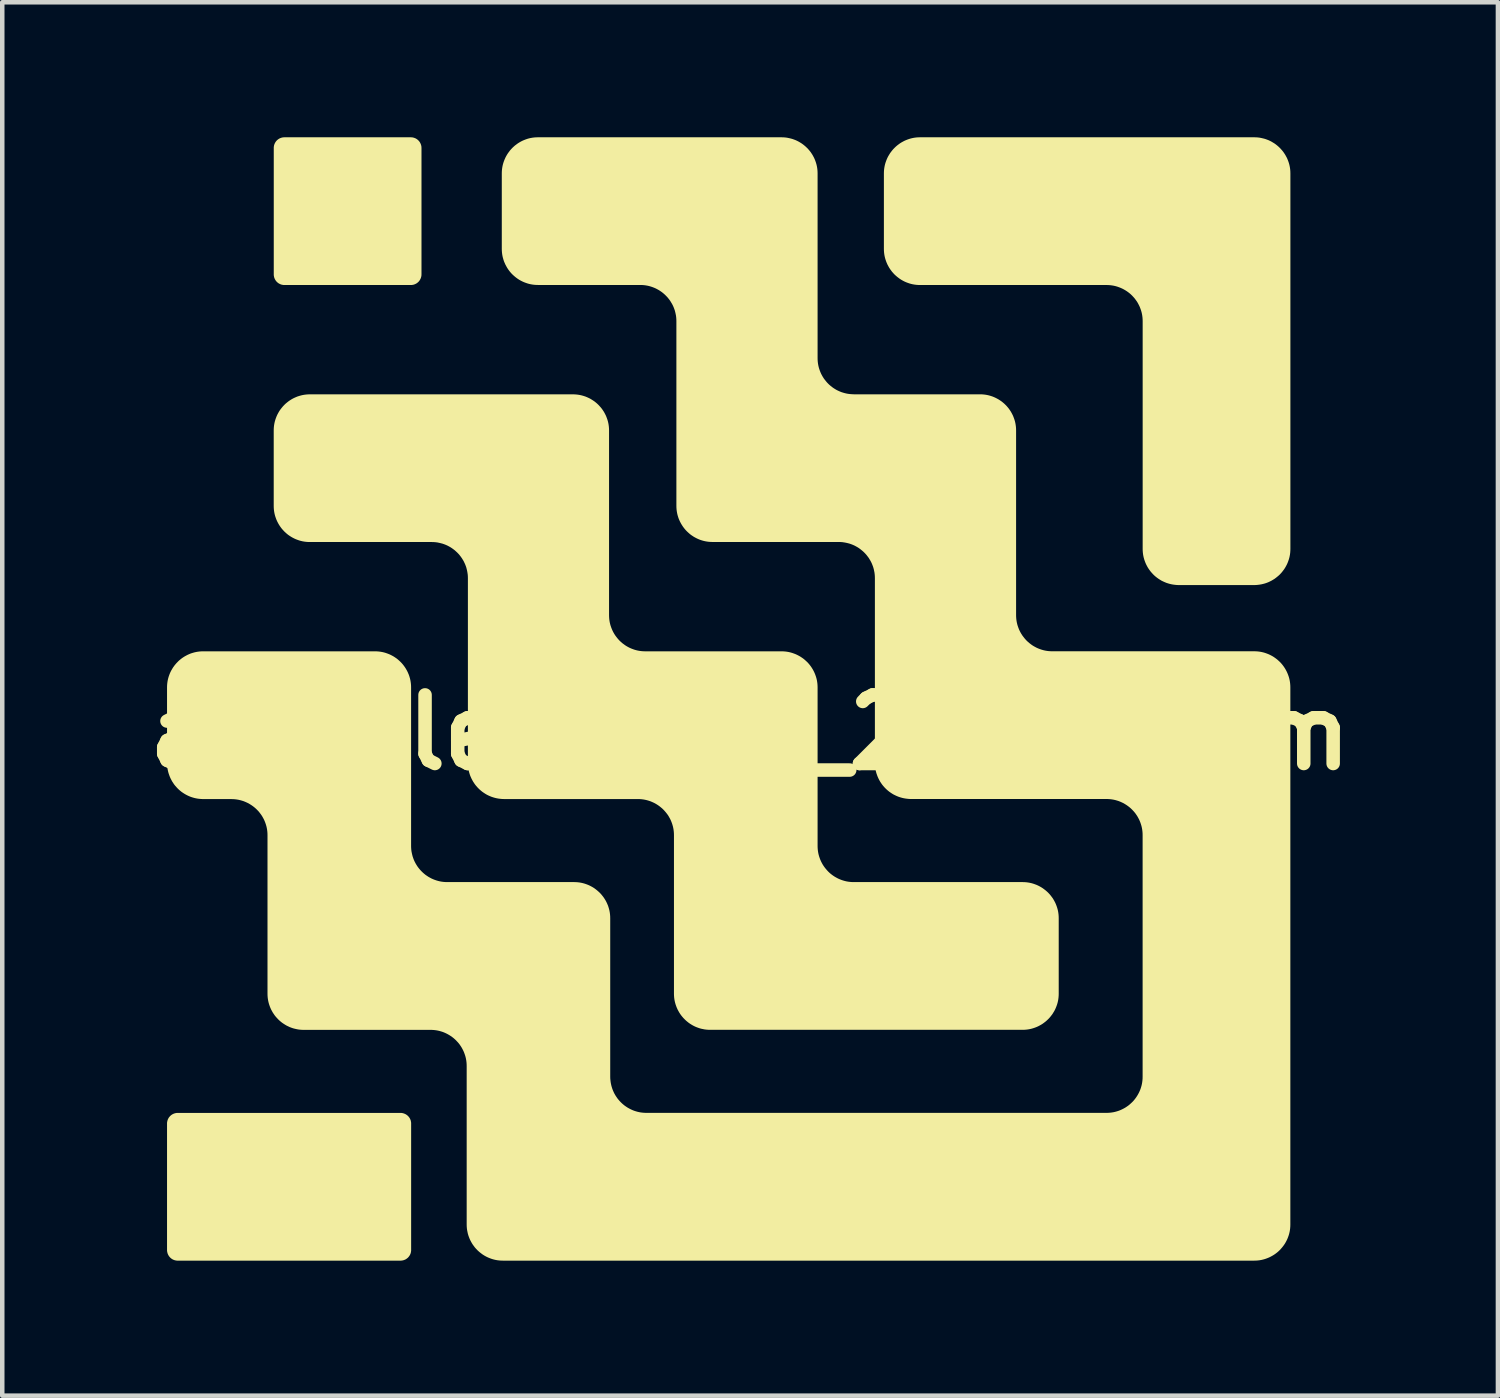
<source format=kicad_pcb>
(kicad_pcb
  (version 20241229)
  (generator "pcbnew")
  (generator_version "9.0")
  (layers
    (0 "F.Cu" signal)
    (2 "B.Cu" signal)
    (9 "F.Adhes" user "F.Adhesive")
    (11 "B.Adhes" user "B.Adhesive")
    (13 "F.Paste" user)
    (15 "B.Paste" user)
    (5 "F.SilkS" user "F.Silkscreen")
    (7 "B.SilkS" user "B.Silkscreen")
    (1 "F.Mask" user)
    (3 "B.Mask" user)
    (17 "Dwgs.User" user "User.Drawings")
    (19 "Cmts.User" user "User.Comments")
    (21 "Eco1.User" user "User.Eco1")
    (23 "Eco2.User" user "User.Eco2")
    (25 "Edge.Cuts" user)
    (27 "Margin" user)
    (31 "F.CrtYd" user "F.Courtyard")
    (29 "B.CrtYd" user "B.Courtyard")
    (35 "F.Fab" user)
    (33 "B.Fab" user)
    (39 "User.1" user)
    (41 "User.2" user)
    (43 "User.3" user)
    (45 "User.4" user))
  (footprint "atopile_Logo_25x25mm"
    (layer "F.Cu")
    (at 13.614 13.223)
    (property "Reference" "atopile_Logo_25x25mm" (at 0 0 0) (layer "F.SilkS") (effects (font (size 1.524 1.524) (thickness 0.3))))
    (attr board_only exclude_from_pos_files exclude_from_bom)
    (fp_poly (pts (xy -7.754 8.453) (xy -7.742 8.453) (xy -7.73 8.455) (xy -7.718 8.457) (xy -7.707 8.46) (xy -7.696 8.463) (xy -7.685 8.467) (xy -7.674 8.471) (xy -7.664 8.476) (xy -7.653 8.481) (xy -7.644 8.486) (xy -7.634 8.493) (xy -7.625 8.499) (xy -7.616 8.506) (xy -7.607 8.514) (xy -7.599 8.521) (xy -7.591 8.53) (xy -7.584 8.538) (xy -7.577 8.547) (xy -7.57 8.556) (xy -7.564 8.566) (xy -7.558 8.576) (xy -7.553 8.586) (xy -7.548 8.597) (xy -7.544 8.607) (xy -7.54 8.618) (xy -7.537 8.629) (xy -7.535 8.641) (xy -7.533 8.652) (xy -7.531 8.664) (xy -7.53 8.676) (xy -7.53 8.688) (xy -7.53 11.498) (xy -7.53 11.51) (xy -7.531 11.522) (xy -7.533 11.534) (xy -7.535 11.545) (xy -7.537 11.557) (xy -7.54 11.568) (xy -7.544 11.579) (xy -7.548 11.59) (xy -7.553 11.6) (xy -7.558 11.61) (xy -7.564 11.62) (xy -7.57 11.63) (xy -7.577 11.639) (xy -7.584 11.648) (xy -7.591 11.657) (xy -7.599 11.665) (xy -7.607 11.673) (xy -7.616 11.68) (xy -7.625 11.687) (xy -7.634 11.694) (xy -7.644 11.7) (xy -7.653 11.706) (xy -7.664 11.711) (xy -7.674 11.715) (xy -7.685 11.72) (xy -7.696 11.723) (xy -7.707 11.727) (xy -7.718 11.729) (xy -7.73 11.731) (xy -7.742 11.733) (xy -7.754 11.734) (xy -7.766 11.734) (xy -12.717 11.734) (xy -12.729 11.734) (xy -12.741 11.733) (xy -12.753 11.731) (xy -12.764 11.729) (xy -12.776 11.727) (xy -12.787 11.723) (xy -12.798 11.72) (xy -12.809 11.715) (xy -12.819 11.711) (xy -12.829 11.706) (xy -12.839 11.7) (xy -12.849 11.694) (xy -12.858 11.687) (xy -12.867 11.68) (xy -12.875 11.673) (xy -12.884 11.665) (xy -12.891 11.657) (xy -12.899 11.648) (xy -12.906 11.639) (xy -12.913 11.63) (xy -12.919 11.62) (xy -12.924 11.61) (xy -12.93 11.6) (xy -12.934 11.59) (xy -12.939 11.579) (xy -12.942 11.568) (xy -12.945 11.557) (xy -12.948 11.545) (xy -12.95 11.534) (xy -12.952 11.522) (xy -12.953 11.51) (xy -12.953 11.498) (xy -12.953 8.688) (xy -12.953 8.676) (xy -12.952 8.664) (xy -12.95 8.652) (xy -12.948 8.641) (xy -12.945 8.629) (xy -12.942 8.618) (xy -12.939 8.607) (xy -12.934 8.597) (xy -12.93 8.586) (xy -12.924 8.576) (xy -12.919 8.566) (xy -12.913 8.556) (xy -12.906 8.547) (xy -12.899 8.538) (xy -12.891 8.53) (xy -12.884 8.521) (xy -12.875 8.514) (xy -12.867 8.506) (xy -12.858 8.499) (xy -12.849 8.493) (xy -12.839 8.486) (xy -12.829 8.481) (xy -12.819 8.476) (xy -12.809 8.471) (xy -12.798 8.467) (xy -12.787 8.463) (xy -12.776 8.46) (xy -12.764 8.457) (xy -12.753 8.455) (xy -12.741 8.453) (xy -12.729 8.453) (xy -12.717 8.452) (xy -7.766 8.452)) (stroke (width 0) (type solid)) (fill yes) (layer "F.SilkS"))
    (fp_poly (pts (xy -7.524 -13.222) (xy -7.512 -13.222) (xy -7.5 -13.22) (xy -7.489 -13.218) (xy -7.477 -13.215) (xy -7.466 -13.212) (xy -7.455 -13.208) (xy -7.445 -13.204) (xy -7.434 -13.2) (xy -7.424 -13.194) (xy -7.414 -13.189) (xy -7.404 -13.182) (xy -7.395 -13.176) (xy -7.386 -13.169) (xy -7.378 -13.161) (xy -7.369 -13.154) (xy -7.362 -13.145) (xy -7.354 -13.137) (xy -7.347 -13.128) (xy -7.341 -13.119) (xy -7.334 -13.109) (xy -7.329 -13.099) (xy -7.324 -13.089) (xy -7.319 -13.079) (xy -7.315 -13.068) (xy -7.311 -13.057) (xy -7.308 -13.046) (xy -7.305 -13.034) (xy -7.303 -13.023) (xy -7.301 -13.011) (xy -7.301 -12.999) (xy -7.3 -12.987) (xy -7.3 -10.177) (xy -7.301 -10.165) (xy -7.301 -10.153) (xy -7.303 -10.141) (xy -7.305 -10.13) (xy -7.308 -10.118) (xy -7.311 -10.107) (xy -7.315 -10.096) (xy -7.319 -10.085) (xy -7.324 -10.075) (xy -7.329 -10.065) (xy -7.334 -10.055) (xy -7.341 -10.045) (xy -7.347 -10.036) (xy -7.354 -10.027) (xy -7.362 -10.018) (xy -7.369 -10.01) (xy -7.378 -10.002) (xy -7.386 -9.995) (xy -7.395 -9.988) (xy -7.404 -9.981) (xy -7.414 -9.975) (xy -7.424 -9.97) (xy -7.434 -9.964) (xy -7.445 -9.96) (xy -7.455 -9.955) (xy -7.466 -9.952) (xy -7.477 -9.948) (xy -7.489 -9.946) (xy -7.5 -9.944) (xy -7.512 -9.942) (xy -7.524 -9.941) (xy -7.536 -9.941) (xy -10.346 -9.941) (xy -10.358 -9.941) (xy -10.37 -9.942) (xy -10.382 -9.944) (xy -10.393 -9.946) (xy -10.405 -9.948) (xy -10.416 -9.952) (xy -10.427 -9.955) (xy -10.438 -9.96) (xy -10.448 -9.964) (xy -10.458 -9.97) (xy -10.468 -9.975) (xy -10.478 -9.981) (xy -10.487 -9.988) (xy -10.496 -9.995) (xy -10.505 -10.002) (xy -10.513 -10.01) (xy -10.521 -10.018) (xy -10.528 -10.027) (xy -10.535 -10.036) (xy -10.542 -10.045) (xy -10.548 -10.055) (xy -10.553 -10.065) (xy -10.559 -10.075) (xy -10.563 -10.085) (xy -10.568 -10.096) (xy -10.571 -10.107) (xy -10.575 -10.118) (xy -10.577 -10.13) (xy -10.579 -10.141) (xy -10.581 -10.153) (xy -10.582 -10.165) (xy -10.582 -10.177) (xy -10.582 -12.987) (xy -10.582 -12.999) (xy -10.581 -13.011) (xy -10.579 -13.023) (xy -10.577 -13.034) (xy -10.575 -13.046) (xy -10.571 -13.057) (xy -10.568 -13.068) (xy -10.563 -13.079) (xy -10.559 -13.089) (xy -10.553 -13.099) (xy -10.548 -13.109) (xy -10.542 -13.119) (xy -10.535 -13.128) (xy -10.528 -13.137) (xy -10.521 -13.145) (xy -10.513 -13.154) (xy -10.505 -13.161) (xy -10.496 -13.169) (xy -10.487 -13.176) (xy -10.478 -13.182) (xy -10.468 -13.189) (xy -10.458 -13.194) (xy -10.448 -13.2) (xy -10.438 -13.204) (xy -10.427 -13.208) (xy -10.416 -13.212) (xy -10.405 -13.215) (xy -10.393 -13.218) (xy -10.382 -13.22) (xy -10.37 -13.222) (xy -10.358 -13.222) (xy -10.346 -13.223) (xy -7.536 -13.223)) (stroke (width 0) (type solid)) (fill yes) (layer "F.SilkS"))
    (fp_poly (pts (xy 11.242 -13.222) (xy 11.283 -13.219) (xy 11.323 -13.214) (xy 11.363 -13.206) (xy 11.402 -13.197) (xy 11.44 -13.187) (xy 11.477 -13.174) (xy 11.514 -13.16) (xy 11.549 -13.144) (xy 11.584 -13.126) (xy 11.617 -13.106) (xy 11.65 -13.086) (xy 11.682 -13.063) (xy 11.712 -13.039) (xy 11.741 -13.014) (xy 11.769 -12.987) (xy 11.795 -12.959) (xy 11.821 -12.93) (xy 11.845 -12.9) (xy 11.867 -12.868) (xy 11.888 -12.836) (xy 11.907 -12.802) (xy 11.925 -12.768) (xy 11.941 -12.732) (xy 11.955 -12.696) (xy 11.968 -12.658) (xy 11.979 -12.62) (xy 11.988 -12.581) (xy 11.995 -12.542) (xy 12 -12.502) (xy 12.003 -12.461) (xy 12.004 -12.42) (xy 12.004 -4.079) (xy 12.003 -4.037) (xy 12 -3.996) (xy 11.995 -3.956) (xy 11.988 -3.917) (xy 11.979 -3.878) (xy 11.968 -3.84) (xy 11.955 -3.802) (xy 11.941 -3.766) (xy 11.925 -3.73) (xy 11.907 -3.696) (xy 11.888 -3.662) (xy 11.867 -3.629) (xy 11.844 -3.598) (xy 11.82 -3.567) (xy 11.795 -3.538) (xy 11.769 -3.51) (xy 11.741 -3.484) (xy 11.711 -3.459) (xy 11.681 -3.435) (xy 11.65 -3.412) (xy 11.617 -3.392) (xy 11.583 -3.372) (xy 11.549 -3.355) (xy 11.513 -3.338) (xy 11.477 -3.324) (xy 11.439 -3.311) (xy 11.401 -3.301) (xy 11.363 -3.292) (xy 11.323 -3.285) (xy 11.283 -3.28) (xy 11.242 -3.276) (xy 11.201 -3.275) (xy 9.525 -3.275) (xy 9.484 -3.276) (xy 9.443 -3.28) (xy 9.403 -3.285) (xy 9.363 -3.292) (xy 9.324 -3.301) (xy 9.286 -3.312) (xy 9.249 -3.324) (xy 9.213 -3.339) (xy 9.177 -3.355) (xy 9.142 -3.372) (xy 9.109 -3.392) (xy 9.076 -3.413) (xy 9.045 -3.435) (xy 9.014 -3.459) (xy 8.985 -3.484) (xy 8.957 -3.511) (xy 8.931 -3.539) (xy 8.905 -3.568) (xy 8.882 -3.598) (xy 8.859 -3.63) (xy 8.838 -3.662) (xy 8.819 -3.696) (xy 8.801 -3.731) (xy 8.785 -3.766) (xy 8.771 -3.803) (xy 8.758 -3.84) (xy 8.747 -3.878) (xy 8.738 -3.917) (xy 8.731 -3.956) (xy 8.726 -3.997) (xy 8.723 -4.037) (xy 8.722 -4.079) (xy 8.722 -9.138) (xy 8.721 -9.179) (xy 8.718 -9.22) (xy 8.713 -9.26) (xy 8.706 -9.3) (xy 8.697 -9.339) (xy 8.686 -9.377) (xy 8.673 -9.414) (xy 8.659 -9.451) (xy 8.643 -9.486) (xy 8.625 -9.521) (xy 8.606 -9.555) (xy 8.585 -9.587) (xy 8.562 -9.619) (xy 8.539 -9.649) (xy 8.513 -9.678) (xy 8.487 -9.706) (xy 8.459 -9.733) (xy 8.43 -9.758) (xy 8.399 -9.782) (xy 8.368 -9.804) (xy 8.335 -9.825) (xy 8.302 -9.844) (xy 8.267 -9.862) (xy 8.231 -9.878) (xy 8.195 -9.892) (xy 8.158 -9.905) (xy 8.12 -9.916) (xy 8.081 -9.925) (xy 8.041 -9.932) (xy 8.001 -9.937) (xy 7.96 -9.94) (xy 7.919 -9.941) (xy 3.776 -9.941) (xy 3.735 -9.942) (xy 3.694 -9.945) (xy 3.654 -9.95) (xy 3.614 -9.957) (xy 3.575 -9.966) (xy 3.537 -9.977) (xy 3.5 -9.99) (xy 3.463 -10.004) (xy 3.428 -10.02) (xy 3.393 -10.038) (xy 3.36 -10.057) (xy 3.327 -10.078) (xy 3.296 -10.101) (xy 3.265 -10.125) (xy 3.236 -10.15) (xy 3.208 -10.176) (xy 3.182 -10.204) (xy 3.156 -10.233) (xy 3.133 -10.264) (xy 3.11 -10.295) (xy 3.089 -10.328) (xy 3.07 -10.362) (xy 3.052 -10.396) (xy 3.036 -10.432) (xy 3.022 -10.468) (xy 3.009 -10.506) (xy 2.998 -10.544) (xy 2.989 -10.582) (xy 2.982 -10.622) (xy 2.977 -10.662) (xy 2.974 -10.703) (xy 2.973 -10.744) (xy 2.973 -12.42) (xy 2.974 -12.461) (xy 2.977 -12.502) (xy 2.982 -12.542) (xy 2.989 -12.582) (xy 2.998 -12.621) (xy 3.009 -12.659) (xy 3.022 -12.696) (xy 3.036 -12.732) (xy 3.052 -12.768) (xy 3.07 -12.803) (xy 3.09 -12.836) (xy 3.11 -12.869) (xy 3.133 -12.9) (xy 3.157 -12.931) (xy 3.182 -12.96) (xy 3.209 -12.988) (xy 3.236 -13.014) (xy 3.266 -13.04) (xy 3.296 -13.063) (xy 3.327 -13.086) (xy 3.36 -13.107) (xy 3.394 -13.126) (xy 3.428 -13.144) (xy 3.464 -13.16) (xy 3.5 -13.174) (xy 3.538 -13.187) (xy 3.576 -13.198) (xy 3.615 -13.207) (xy 3.654 -13.214) (xy 3.694 -13.219) (xy 3.735 -13.222) (xy 3.776 -13.223) (xy 11.201 -13.223)) (stroke (width 0) (type solid)) (fill yes) (layer "F.SilkS"))
    (fp_poly (pts (xy -3.895 -7.511) (xy -3.854 -7.508) (xy -3.814 -7.503) (xy -3.774 -7.496) (xy -3.735 -7.487) (xy -3.697 -7.476) (xy -3.66 -7.464) (xy -3.623 -7.449) (xy -3.588 -7.433) (xy -3.553 -7.416) (xy -3.52 -7.396) (xy -3.487 -7.375) (xy -3.455 -7.353) (xy -3.425 -7.329) (xy -3.396 -7.304) (xy -3.368 -7.277) (xy -3.342 -7.249) (xy -3.316 -7.22) (xy -3.292 -7.19) (xy -3.27 -7.158) (xy -3.249 -7.126) (xy -3.23 -7.092) (xy -3.212 -7.057) (xy -3.196 -7.022) (xy -3.182 -6.985) (xy -3.169 -6.948) (xy -3.158 -6.91) (xy -3.149 -6.871) (xy -3.142 -6.832) (xy -3.137 -6.791) (xy -3.134 -6.751) (xy -3.133 -6.709) (xy -3.133 -2.606) (xy -3.132 -2.565) (xy -3.129 -2.524) (xy -3.124 -2.484) (xy -3.117 -2.444) (xy -3.108 -2.405) (xy -3.097 -2.367) (xy -3.084 -2.33) (xy -3.07 -2.294) (xy -3.054 -2.258) (xy -3.036 -2.223) (xy -3.017 -2.19) (xy -2.996 -2.157) (xy -2.973 -2.126) (xy -2.949 -2.095) (xy -2.924 -2.066) (xy -2.898 -2.038) (xy -2.87 -2.012) (xy -2.841 -1.986) (xy -2.81 -1.963) (xy -2.779 -1.94) (xy -2.746 -1.919) (xy -2.713 -1.9) (xy -2.678 -1.882) (xy -2.642 -1.866) (xy -2.606 -1.852) (xy -2.569 -1.839) (xy -2.53 -1.828) (xy -2.492 -1.819) (xy -2.452 -1.812) (xy -2.412 -1.807) (xy -2.371 -1.804) (xy -2.33 -1.803) (xy 0.697 -1.803) (xy 0.738 -1.802) (xy 0.779 -1.799) (xy 0.819 -1.794) (xy 0.859 -1.787) (xy 0.898 -1.778) (xy 0.936 -1.767) (xy 0.973 -1.754) (xy 1.01 -1.74) (xy 1.045 -1.724) (xy 1.08 -1.706) (xy 1.114 -1.687) (xy 1.146 -1.666) (xy 1.178 -1.644) (xy 1.208 -1.62) (xy 1.237 -1.594) (xy 1.265 -1.568) (xy 1.292 -1.54) (xy 1.317 -1.511) (xy 1.341 -1.48) (xy 1.363 -1.449) (xy 1.384 -1.416) (xy 1.403 -1.383) (xy 1.421 -1.348) (xy 1.437 -1.312) (xy 1.451 -1.276) (xy 1.464 -1.239) (xy 1.475 -1.201) (xy 1.484 -1.162) (xy 1.491 -1.122) (xy 1.496 -1.082) (xy 1.499 -1.041) (xy 1.5 -1) (xy 1.5 2.521) (xy 1.501 2.562) (xy 1.504 2.603) (xy 1.509 2.643) (xy 1.516 2.683) (xy 1.525 2.722) (xy 1.536 2.76) (xy 1.549 2.797) (xy 1.563 2.834) (xy 1.579 2.869) (xy 1.597 2.904) (xy 1.616 2.938) (xy 1.637 2.97) (xy 1.66 3.002) (xy 1.684 3.032) (xy 1.709 3.061) (xy 1.735 3.089) (xy 1.763 3.116) (xy 1.792 3.141) (xy 1.823 3.165) (xy 1.854 3.187) (xy 1.887 3.208) (xy 1.921 3.227) (xy 1.955 3.245) (xy 1.991 3.261) (xy 2.027 3.275) (xy 2.065 3.288) (xy 2.103 3.299) (xy 2.141 3.308) (xy 2.181 3.315) (xy 2.221 3.32) (xy 2.262 3.323) (xy 2.303 3.324) (xy 6.054 3.324) (xy 6.095 3.325) (xy 6.136 3.328) (xy 6.176 3.333) (xy 6.216 3.34) (xy 6.255 3.349) (xy 6.293 3.36) (xy 6.33 3.373) (xy 6.367 3.387) (xy 6.402 3.403) (xy 6.437 3.421) (xy 6.47 3.44) (xy 6.503 3.461) (xy 6.534 3.484) (xy 6.565 3.508) (xy 6.594 3.533) (xy 6.622 3.559) (xy 6.648 3.587) (xy 6.674 3.617) (xy 6.697 3.647) (xy 6.72 3.678) (xy 6.741 3.711) (xy 6.76 3.745) (xy 6.778 3.779) (xy 6.794 3.815) (xy 6.808 3.851) (xy 6.821 3.889) (xy 6.832 3.927) (xy 6.841 3.965) (xy 6.848 4.005) (xy 6.853 4.045) (xy 6.856 4.086) (xy 6.857 4.127) (xy 6.857 5.803) (xy 6.856 5.844) (xy 6.853 5.885) (xy 6.848 5.925) (xy 6.841 5.965) (xy 6.832 6.004) (xy 6.821 6.042) (xy 6.808 6.079) (xy 6.794 6.115) (xy 6.778 6.151) (xy 6.76 6.186) (xy 6.74 6.219) (xy 6.72 6.252) (xy 6.697 6.283) (xy 6.673 6.314) (xy 6.648 6.343) (xy 6.621 6.371) (xy 6.594 6.397) (xy 6.564 6.423) (xy 6.534 6.446) (xy 6.503 6.469) (xy 6.47 6.49) (xy 6.436 6.509) (xy 6.402 6.527) (xy 6.366 6.543) (xy 6.33 6.557) (xy 6.292 6.57) (xy 6.254 6.581) (xy 6.215 6.59) (xy 6.176 6.597) (xy 6.136 6.602) (xy 6.095 6.605) (xy 6.054 6.606) (xy -0.888 6.606) (xy -0.929 6.605) (xy -0.97 6.602) (xy -1.01 6.597) (xy -1.05 6.589) (xy -1.089 6.581) (xy -1.127 6.57) (xy -1.164 6.557) (xy -1.201 6.543) (xy -1.236 6.527) (xy -1.271 6.509) (xy -1.305 6.489) (xy -1.337 6.469) (xy -1.369 6.446) (xy -1.399 6.422) (xy -1.428 6.397) (xy -1.456 6.37) (xy -1.483 6.343) (xy -1.508 6.313) (xy -1.532 6.283) (xy -1.554 6.252) (xy -1.575 6.219) (xy -1.594 6.185) (xy -1.612 6.151) (xy -1.628 6.115) (xy -1.642 6.079) (xy -1.655 6.041) (xy -1.666 6.003) (xy -1.675 5.964) (xy -1.682 5.925) (xy -1.687 5.885) (xy -1.69 5.844) (xy -1.691 5.803) (xy -1.691 2.282) (xy -1.692 2.24) (xy -1.695 2.2) (xy -1.7 2.159) (xy -1.707 2.12) (xy -1.716 2.081) (xy -1.727 2.043) (xy -1.74 2.005) (xy -1.754 1.969) (xy -1.77 1.933) (xy -1.788 1.899) (xy -1.807 1.865) (xy -1.828 1.832) (xy -1.851 1.801) (xy -1.875 1.771) (xy -1.9 1.742) (xy -1.926 1.714) (xy -1.954 1.687) (xy -1.984 1.662) (xy -2.014 1.638) (xy -2.045 1.616) (xy -2.078 1.595) (xy -2.112 1.575) (xy -2.146 1.558) (xy -2.182 1.542) (xy -2.218 1.527) (xy -2.256 1.515) (xy -2.294 1.504) (xy -2.333 1.495) (xy -2.372 1.488) (xy -2.412 1.483) (xy -2.453 1.48) (xy -2.494 1.479) (xy -5.466 1.479) (xy -5.507 1.478) (xy -5.548 1.474) (xy -5.589 1.469) (xy -5.628 1.462) (xy -5.667 1.453) (xy -5.705 1.442) (xy -5.742 1.43) (xy -5.779 1.415) (xy -5.815 1.399) (xy -5.849 1.382) (xy -5.883 1.362) (xy -5.915 1.341) (xy -5.947 1.319) (xy -5.977 1.295) (xy -6.006 1.27) (xy -6.034 1.243) (xy -6.061 1.215) (xy -6.086 1.186) (xy -6.11 1.156) (xy -6.132 1.124) (xy -6.153 1.092) (xy -6.172 1.058) (xy -6.19 1.023) (xy -6.206 0.988) (xy -6.221 0.951) (xy -6.233 0.914) (xy -6.244 0.876) (xy -6.253 0.837) (xy -6.26 0.798) (xy -6.265 0.757) (xy -6.268 0.717) (xy -6.269 0.675) (xy -6.269 -3.428) (xy -6.27 -3.469) (xy -6.273 -3.51) (xy -6.279 -3.55) (xy -6.286 -3.59) (xy -6.295 -3.628) (xy -6.305 -3.667) (xy -6.318 -3.704) (xy -6.332 -3.74) (xy -6.349 -3.776) (xy -6.366 -3.811) (xy -6.386 -3.844) (xy -6.407 -3.877) (xy -6.429 -3.908) (xy -6.453 -3.939) (xy -6.478 -3.968) (xy -6.505 -3.996) (xy -6.533 -4.022) (xy -6.562 -4.048) (xy -6.592 -4.071) (xy -6.624 -4.094) (xy -6.656 -4.115) (xy -6.69 -4.134) (xy -6.724 -4.152) (xy -6.76 -4.168) (xy -6.796 -4.182) (xy -6.834 -4.195) (xy -6.872 -4.205) (xy -6.911 -4.214) (xy -6.95 -4.222) (xy -6.99 -4.227) (xy -7.031 -4.23) (xy -7.072 -4.231) (xy -9.78 -4.231) (xy -9.821 -4.232) (xy -9.862 -4.235) (xy -9.902 -4.24) (xy -9.942 -4.247) (xy -9.981 -4.256) (xy -10.019 -4.267) (xy -10.056 -4.28) (xy -10.093 -4.294) (xy -10.128 -4.31) (xy -10.163 -4.328) (xy -10.196 -4.347) (xy -10.229 -4.368) (xy -10.261 -4.39) (xy -10.291 -4.414) (xy -10.32 -4.44) (xy -10.348 -4.466) (xy -10.374 -4.494) (xy -10.4 -4.523) (xy -10.424 -4.554) (xy -10.446 -4.585) (xy -10.467 -4.618) (xy -10.486 -4.651) (xy -10.504 -4.686) (xy -10.52 -4.721) (xy -10.534 -4.758) (xy -10.547 -4.795) (xy -10.558 -4.833) (xy -10.567 -4.872) (xy -10.574 -4.912) (xy -10.579 -4.952) (xy -10.582 -4.993) (xy -10.583 -5.034) (xy -10.583 -5.034) (xy -10.583 -6.709) (xy -10.582 -6.751) (xy -10.579 -6.792) (xy -10.574 -6.832) (xy -10.567 -6.871) (xy -10.558 -6.91) (xy -10.547 -6.948) (xy -10.534 -6.986) (xy -10.52 -7.022) (xy -10.504 -7.058) (xy -10.486 -7.092) (xy -10.467 -7.126) (xy -10.446 -7.159) (xy -10.423 -7.19) (xy -10.399 -7.22) (xy -10.374 -7.25) (xy -10.348 -7.277) (xy -10.32 -7.304) (xy -10.29 -7.329) (xy -10.26 -7.353) (xy -10.229 -7.375) (xy -10.196 -7.396) (xy -10.162 -7.416) (xy -10.128 -7.433) (xy -10.092 -7.449) (xy -10.056 -7.464) (xy -10.018 -7.476) (xy -9.98 -7.487) (xy -9.942 -7.496) (xy -9.902 -7.503) (xy -9.862 -7.508) (xy -9.821 -7.511) (xy -9.78 -7.513) (xy -3.936 -7.513)) (stroke (width 0) (type solid)) (fill yes) (layer "F.SilkS"))
    (fp_poly (pts (xy 0.738 -13.222) (xy 0.779 -13.219) (xy 0.819 -13.214) (xy 0.859 -13.206) (xy 0.898 -13.197) (xy 0.936 -13.187) (xy 0.973 -13.174) (xy 1.01 -13.16) (xy 1.045 -13.144) (xy 1.08 -13.126) (xy 1.114 -13.106) (xy 1.146 -13.086) (xy 1.178 -13.063) (xy 1.208 -13.039) (xy 1.237 -13.014) (xy 1.265 -12.987) (xy 1.292 -12.959) (xy 1.317 -12.93) (xy 1.341 -12.9) (xy 1.363 -12.868) (xy 1.384 -12.836) (xy 1.403 -12.802) (xy 1.421 -12.768) (xy 1.437 -12.732) (xy 1.451 -12.696) (xy 1.464 -12.658) (xy 1.475 -12.62) (xy 1.484 -12.581) (xy 1.491 -12.542) (xy 1.496 -12.502) (xy 1.499 -12.461) (xy 1.5 -12.42) (xy 1.5 -8.317) (xy 1.501 -8.275) (xy 1.504 -8.234) (xy 1.509 -8.194) (xy 1.516 -8.155) (xy 1.525 -8.116) (xy 1.536 -8.078) (xy 1.549 -8.04) (xy 1.563 -8.004) (xy 1.579 -7.968) (xy 1.597 -7.934) (xy 1.616 -7.9) (xy 1.637 -7.867) (xy 1.66 -7.836) (xy 1.684 -7.806) (xy 1.709 -7.776) (xy 1.735 -7.749) (xy 1.763 -7.722) (xy 1.792 -7.697) (xy 1.823 -7.673) (xy 1.854 -7.651) (xy 1.887 -7.63) (xy 1.921 -7.61) (xy 1.955 -7.593) (xy 1.991 -7.577) (xy 2.027 -7.562) (xy 2.065 -7.55) (xy 2.103 -7.539) (xy 2.141 -7.53) (xy 2.181 -7.523) (xy 2.221 -7.518) (xy 2.262 -7.515) (xy 2.303 -7.513) (xy 5.107 -7.513) (xy 5.148 -7.512) (xy 5.189 -7.509) (xy 5.229 -7.504) (xy 5.269 -7.497) (xy 5.308 -7.488) (xy 5.346 -7.477) (xy 5.383 -7.465) (xy 5.42 -7.45) (xy 5.455 -7.434) (xy 5.49 -7.416) (xy 5.524 -7.397) (xy 5.556 -7.376) (xy 5.588 -7.354) (xy 5.618 -7.33) (xy 5.647 -7.305) (xy 5.675 -7.278) (xy 5.702 -7.25) (xy 5.727 -7.221) (xy 5.751 -7.191) (xy 5.773 -7.159) (xy 5.794 -7.127) (xy 5.813 -7.093) (xy 5.831 -7.058) (xy 5.847 -7.023) (xy 5.861 -6.986) (xy 5.874 -6.949) (xy 5.885 -6.911) (xy 5.894 -6.872) (xy 5.901 -6.832) (xy 5.906 -6.792) (xy 5.909 -6.752) (xy 5.91 -6.71) (xy 5.91 -2.607) (xy 5.911 -2.566) (xy 5.914 -2.525) (xy 5.919 -2.485) (xy 5.926 -2.445) (xy 5.935 -2.406) (xy 5.946 -2.368) (xy 5.959 -2.331) (xy 5.973 -2.294) (xy 5.989 -2.259) (xy 6.007 -2.224) (xy 6.026 -2.191) (xy 6.047 -2.158) (xy 6.07 -2.127) (xy 6.094 -2.096) (xy 6.119 -2.067) (xy 6.145 -2.039) (xy 6.173 -2.013) (xy 6.203 -1.987) (xy 6.233 -1.964) (xy 6.264 -1.941) (xy 6.297 -1.92) (xy 6.331 -1.901) (xy 6.365 -1.883) (xy 6.401 -1.867) (xy 6.437 -1.853) (xy 6.475 -1.84) (xy 6.513 -1.829) (xy 6.551 -1.82) (xy 6.591 -1.813) (xy 6.631 -1.808) (xy 6.672 -1.805) (xy 6.713 -1.804) (xy 11.2 -1.804) (xy 11.241 -1.803) (xy 11.282 -1.8) (xy 11.322 -1.795) (xy 11.362 -1.788) (xy 11.401 -1.779) (xy 11.439 -1.768) (xy 11.476 -1.755) (xy 11.513 -1.741) (xy 11.548 -1.725) (xy 11.583 -1.707) (xy 11.617 -1.688) (xy 11.649 -1.667) (xy 11.681 -1.644) (xy 11.711 -1.621) (xy 11.74 -1.595) (xy 11.768 -1.569) (xy 11.795 -1.541) (xy 11.82 -1.512) (xy 11.844 -1.481) (xy 11.866 -1.45) (xy 11.887 -1.417) (xy 11.906 -1.384) (xy 11.924 -1.349) (xy 11.94 -1.313) (xy 11.954 -1.277) (xy 11.967 -1.24) (xy 11.978 -1.202) (xy 11.987 -1.163) (xy 11.994 -1.123) (xy 11.999 -1.083) (xy 12.002 -1.042) (xy 12.003 -1.001) (xy 12.003 10.931) (xy 12.002 10.972) (xy 11.999 11.013) (xy 11.994 11.053) (xy 11.987 11.093) (xy 11.978 11.132) (xy 11.967 11.17) (xy 11.954 11.207) (xy 11.94 11.244) (xy 11.924 11.279) (xy 11.906 11.314) (xy 11.887 11.348) (xy 11.866 11.38) (xy 11.843 11.412) (xy 11.819 11.442) (xy 11.794 11.471) (xy 11.768 11.499) (xy 11.74 11.526) (xy 11.711 11.551) (xy 11.68 11.575) (xy 11.649 11.597) (xy 11.616 11.618) (xy 11.582 11.637) (xy 11.548 11.655) (xy 11.512 11.671) (xy 11.476 11.685) (xy 11.439 11.698) (xy 11.4 11.709) (xy 11.362 11.718) (xy 11.322 11.725) (xy 11.282 11.73) (xy 11.241 11.733) (xy 11.2 11.734) (xy -5.493 11.734) (xy -5.534 11.733) (xy -5.575 11.73) (xy -5.615 11.725) (xy -5.655 11.718) (xy -5.693 11.709) (xy -5.732 11.698) (xy -5.769 11.685) (xy -5.805 11.671) (xy -5.841 11.655) (xy -5.876 11.637) (xy -5.909 11.618) (xy -5.942 11.597) (xy -5.973 11.574) (xy -6.004 11.55) (xy -6.033 11.525) (xy -6.061 11.499) (xy -6.087 11.471) (xy -6.113 11.442) (xy -6.136 11.411) (xy -6.159 11.38) (xy -6.18 11.347) (xy -6.199 11.313) (xy -6.217 11.279) (xy -6.233 11.243) (xy -6.247 11.207) (xy -6.26 11.17) (xy -6.271 11.131) (xy -6.279 11.093) (xy -6.287 11.053) (xy -6.292 11.013) (xy -6.295 10.972) (xy -6.296 10.931) (xy -6.296 7.41) (xy -6.297 7.369) (xy -6.3 7.328) (xy -6.305 7.288) (xy -6.312 7.248) (xy -6.321 7.209) (xy -6.332 7.171) (xy -6.345 7.134) (xy -6.359 7.097) (xy -6.375 7.062) (xy -6.393 7.027) (xy -6.412 6.993) (xy -6.433 6.961) (xy -6.455 6.929) (xy -6.479 6.899) (xy -6.505 6.87) (xy -6.531 6.842) (xy -6.559 6.815) (xy -6.588 6.79) (xy -6.619 6.766) (xy -6.65 6.744) (xy -6.683 6.723) (xy -6.716 6.704) (xy -6.751 6.686) (xy -6.786 6.67) (xy -6.823 6.655) (xy -6.86 6.643) (xy -6.898 6.632) (xy -6.937 6.623) (xy -6.977 6.616) (xy -7.017 6.611) (xy -7.058 6.608) (xy -7.099 6.607) (xy -9.918 6.607) (xy -9.959 6.606) (xy -10 6.603) (xy -10.04 6.598) (xy -10.08 6.59) (xy -10.119 6.581) (xy -10.157 6.571) (xy -10.194 6.558) (xy -10.231 6.544) (xy -10.266 6.527) (xy -10.301 6.51) (xy -10.334 6.49) (xy -10.367 6.469) (xy -10.399 6.447) (xy -10.429 6.423) (xy -10.458 6.398) (xy -10.486 6.371) (xy -10.512 6.343) (xy -10.538 6.314) (xy -10.562 6.284) (xy -10.584 6.252) (xy -10.605 6.22) (xy -10.624 6.186) (xy -10.642 6.152) (xy -10.658 6.116) (xy -10.672 6.08) (xy -10.685 6.042) (xy -10.696 6.004) (xy -10.705 5.965) (xy -10.712 5.926) (xy -10.717 5.886) (xy -10.72 5.845) (xy -10.721 5.804) (xy -10.721 2.283) (xy -10.722 2.241) (xy -10.725 2.201) (xy -10.73 2.16) (xy -10.737 2.121) (xy -10.746 2.082) (xy -10.757 2.044) (xy -10.77 2.006) (xy -10.784 1.97) (xy -10.8 1.934) (xy -10.818 1.9) (xy -10.837 1.866) (xy -10.858 1.833) (xy -10.881 1.802) (xy -10.904 1.772) (xy -10.93 1.742) (xy -10.956 1.715) (xy -10.984 1.688) (xy -11.013 1.663) (xy -11.044 1.639) (xy -11.075 1.617) (xy -11.108 1.596) (xy -11.141 1.576) (xy -11.176 1.559) (xy -11.212 1.543) (xy -11.248 1.528) (xy -11.285 1.516) (xy -11.324 1.505) (xy -11.362 1.496) (xy -11.402 1.489) (xy -11.442 1.484) (xy -11.483 1.481) (xy -11.524 1.48) (xy -12.149 1.48) (xy -12.19 1.478) (xy -12.231 1.475) (xy -12.271 1.47) (xy -12.311 1.463) (xy -12.35 1.454) (xy -12.388 1.443) (xy -12.425 1.431) (xy -12.462 1.416) (xy -12.497 1.4) (xy -12.532 1.382) (xy -12.565 1.363) (xy -12.598 1.342) (xy -12.63 1.32) (xy -12.66 1.296) (xy -12.689 1.271) (xy -12.717 1.244) (xy -12.743 1.216) (xy -12.769 1.187) (xy -12.793 1.157) (xy -12.815 1.125) (xy -12.836 1.093) (xy -12.855 1.059) (xy -12.873 1.024) (xy -12.889 0.989) (xy -12.903 0.952) (xy -12.916 0.915) (xy -12.927 0.877) (xy -12.936 0.838) (xy -12.943 0.799) (xy -12.948 0.758) (xy -12.951 0.718) (xy -12.952 0.676) (xy -12.953 0.675) (xy -12.953 -1) (xy -12.952 -1.041) (xy -12.949 -1.082) (xy -12.944 -1.122) (xy -12.937 -1.162) (xy -12.928 -1.201) (xy -12.917 -1.239) (xy -12.904 -1.276) (xy -12.89 -1.313) (xy -12.874 -1.348) (xy -12.856 -1.383) (xy -12.836 -1.417) (xy -12.816 -1.449) (xy -12.793 -1.481) (xy -12.769 -1.511) (xy -12.744 -1.54) (xy -12.717 -1.568) (xy -12.69 -1.595) (xy -12.66 -1.62) (xy -12.63 -1.644) (xy -12.599 -1.666) (xy -12.566 -1.687) (xy -12.532 -1.706) (xy -12.498 -1.724) (xy -12.462 -1.74) (xy -12.426 -1.755) (xy -12.388 -1.767) (xy -12.35 -1.778) (xy -12.311 -1.787) (xy -12.272 -1.794) (xy -12.232 -1.799) (xy -12.191 -1.802) (xy -12.15 -1.803) (xy -8.334 -1.803) (xy -8.293 -1.802) (xy -8.252 -1.799) (xy -8.212 -1.794) (xy -8.172 -1.787) (xy -8.133 -1.778) (xy -8.095 -1.767) (xy -8.058 -1.754) (xy -8.021 -1.74) (xy -7.986 -1.724) (xy -7.951 -1.706) (xy -7.917 -1.687) (xy -7.885 -1.666) (xy -7.853 -1.644) (xy -7.823 -1.62) (xy -7.794 -1.594) (xy -7.766 -1.568) (xy -7.739 -1.54) (xy -7.714 -1.511) (xy -7.69 -1.48) (xy -7.668 -1.449) (xy -7.647 -1.416) (xy -7.628 -1.383) (xy -7.61 -1.348) (xy -7.594 -1.312) (xy -7.579 -1.276) (xy -7.567 -1.239) (xy -7.556 -1.201) (xy -7.547 -1.162) (xy -7.54 -1.122) (xy -7.535 -1.082) (xy -7.532 -1.041) (xy -7.531 -1) (xy -7.531 2.521) (xy -7.53 2.562) (xy -7.527 2.603) (xy -7.522 2.643) (xy -7.514 2.683) (xy -7.505 2.722) (xy -7.495 2.76) (xy -7.482 2.797) (xy -7.468 2.834) (xy -7.452 2.869) (xy -7.434 2.904) (xy -7.414 2.938) (xy -7.394 2.97) (xy -7.371 3.002) (xy -7.347 3.032) (xy -7.322 3.061) (xy -7.295 3.089) (xy -7.267 3.116) (xy -7.238 3.141) (xy -7.208 3.165) (xy -7.176 3.187) (xy -7.144 3.208) (xy -7.11 3.227) (xy -7.076 3.245) (xy -7.04 3.261) (xy -7.004 3.275) (xy -6.966 3.288) (xy -6.928 3.299) (xy -6.889 3.308) (xy -6.85 3.315) (xy -6.81 3.32) (xy -6.769 3.323) (xy -6.728 3.324) (xy -3.91 3.324) (xy -3.868 3.325) (xy -3.828 3.328) (xy -3.787 3.333) (xy -3.748 3.34) (xy -3.709 3.349) (xy -3.671 3.36) (xy -3.633 3.373) (xy -3.597 3.387) (xy -3.561 3.403) (xy -3.527 3.421) (xy -3.493 3.44) (xy -3.46 3.461) (xy -3.429 3.484) (xy -3.399 3.508) (xy -3.37 3.533) (xy -3.342 3.559) (xy -3.315 3.587) (xy -3.29 3.617) (xy -3.266 3.647) (xy -3.244 3.678) (xy -3.223 3.711) (xy -3.203 3.745) (xy -3.186 3.779) (xy -3.17 3.815) (xy -3.155 3.851) (xy -3.143 3.889) (xy -3.132 3.927) (xy -3.123 3.965) (xy -3.116 4.005) (xy -3.111 4.045) (xy -3.108 4.086) (xy -3.107 4.127) (xy -3.107 7.648) (xy -3.106 7.689) (xy -3.102 7.73) (xy -3.097 7.771) (xy -3.09 7.81) (xy -3.081 7.849) (xy -3.07 7.887) (xy -3.058 7.924) (xy -3.043 7.961) (xy -3.027 7.997) (xy -3.01 8.031) (xy -2.99 8.065) (xy -2.969 8.097) (xy -2.947 8.129) (xy -2.923 8.159) (xy -2.898 8.188) (xy -2.871 8.216) (xy -2.843 8.243) (xy -2.814 8.268) (xy -2.784 8.292) (xy -2.752 8.314) (xy -2.72 8.335) (xy -2.686 8.354) (xy -2.651 8.372) (xy -2.616 8.388) (xy -2.579 8.403) (xy -2.542 8.415) (xy -2.504 8.426) (xy -2.465 8.435) (xy -2.426 8.442) (xy -2.385 8.447) (xy -2.345 8.45) (xy -2.303 8.451) (xy 7.918 8.451) (xy 7.959 8.45) (xy 8 8.447) (xy 8.04 8.442) (xy 8.08 8.435) (xy 8.119 8.426) (xy 8.157 8.415) (xy 8.194 8.403) (xy 8.231 8.388) (xy 8.266 8.372) (xy 8.301 8.354) (xy 8.335 8.335) (xy 8.367 8.314) (xy 8.399 8.292) (xy 8.429 8.268) (xy 8.458 8.242) (xy 8.486 8.216) (xy 8.513 8.188) (xy 8.538 8.159) (xy 8.562 8.128) (xy 8.584 8.097) (xy 8.605 8.064) (xy 8.624 8.031) (xy 8.642 7.996) (xy 8.658 7.961) (xy 8.673 7.924) (xy 8.685 7.887) (xy 8.696 7.849) (xy 8.705 7.81) (xy 8.712 7.77) (xy 8.717 7.73) (xy 8.72 7.689) (xy 8.721 7.648) (xy 8.721 2.281) (xy 8.72 2.239) (xy 8.717 2.199) (xy 8.712 2.158) (xy 8.705 2.119) (xy 8.696 2.08) (xy 8.685 2.042) (xy 8.672 2.004) (xy 8.658 1.968) (xy 8.642 1.932) (xy 8.624 1.898) (xy 8.605 1.864) (xy 8.584 1.832) (xy 8.562 1.8) (xy 8.538 1.77) (xy 8.512 1.741) (xy 8.486 1.713) (xy 8.458 1.686) (xy 8.429 1.661) (xy 8.398 1.637) (xy 8.367 1.615) (xy 8.334 1.594) (xy 8.301 1.574) (xy 8.266 1.557) (xy 8.231 1.541) (xy 8.194 1.526) (xy 8.157 1.514) (xy 8.119 1.503) (xy 8.08 1.494) (xy 8.04 1.487) (xy 8 1.482) (xy 7.959 1.479) (xy 7.918 1.478) (xy 3.576 1.478) (xy 3.535 1.477) (xy 3.494 1.473) (xy 3.454 1.468) (xy 3.414 1.461) (xy 3.375 1.452) (xy 3.337 1.441) (xy 3.3 1.429) (xy 3.263 1.414) (xy 3.228 1.398) (xy 3.193 1.381) (xy 3.159 1.361) (xy 3.127 1.34) (xy 3.095 1.318) (xy 3.065 1.294) (xy 3.036 1.269) (xy 3.008 1.242) (xy 2.981 1.214) (xy 2.956 1.185) (xy 2.932 1.155) (xy 2.91 1.123) (xy 2.889 1.091) (xy 2.87 1.057) (xy 2.852 1.022) (xy 2.836 0.987) (xy 2.822 0.95) (xy 2.809 0.913) (xy 2.798 0.875) (xy 2.789 0.836) (xy 2.782 0.797) (xy 2.777 0.756) (xy 2.774 0.716) (xy 2.773 0.674) (xy 2.773 -3.428) (xy 2.772 -3.47) (xy 2.769 -3.511) (xy 2.764 -3.551) (xy 2.756 -3.591) (xy 2.748 -3.629) (xy 2.737 -3.668) (xy 2.724 -3.705) (xy 2.71 -3.741) (xy 2.694 -3.777) (xy 2.676 -3.812) (xy 2.656 -3.845) (xy 2.636 -3.878) (xy 2.613 -3.909) (xy 2.589 -3.94) (xy 2.564 -3.969) (xy 2.537 -3.997) (xy 2.51 -4.023) (xy 2.48 -4.048) (xy 2.45 -4.072) (xy 2.419 -4.095) (xy 2.386 -4.116) (xy 2.352 -4.135) (xy 2.318 -4.153) (xy 2.282 -4.169) (xy 2.246 -4.183) (xy 2.208 -4.196) (xy 2.17 -4.206) (xy 2.131 -4.215) (xy 2.092 -4.222) (xy 2.052 -4.228) (xy 2.011 -4.231) (xy 1.97 -4.232) (xy -0.834 -4.232) (xy -0.875 -4.233) (xy -0.916 -4.236) (xy -0.956 -4.241) (xy -0.996 -4.248) (xy -1.035 -4.257) (xy -1.073 -4.268) (xy -1.11 -4.28) (xy -1.147 -4.295) (xy -1.182 -4.311) (xy -1.217 -4.329) (xy -1.251 -4.348) (xy -1.283 -4.369) (xy -1.315 -4.391) (xy -1.345 -4.415) (xy -1.374 -4.441) (xy -1.402 -4.467) (xy -1.429 -4.495) (xy -1.454 -4.524) (xy -1.478 -4.555) (xy -1.5 -4.586) (xy -1.521 -4.619) (xy -1.54 -4.652) (xy -1.558 -4.687) (xy -1.574 -4.722) (xy -1.589 -4.759) (xy -1.601 -4.796) (xy -1.612 -4.834) (xy -1.621 -4.873) (xy -1.628 -4.913) (xy -1.633 -4.953) (xy -1.636 -4.994) (xy -1.637 -5.035) (xy -1.637 -9.139) (xy -1.638 -9.18) (xy -1.641 -9.221) (xy -1.646 -9.261) (xy -1.654 -9.301) (xy -1.663 -9.34) (xy -1.673 -9.378) (xy -1.686 -9.415) (xy -1.7 -9.452) (xy -1.716 -9.487) (xy -1.734 -9.522) (xy -1.754 -9.555) (xy -1.774 -9.588) (xy -1.797 -9.62) (xy -1.821 -9.65) (xy -1.846 -9.679) (xy -1.873 -9.707) (xy -1.901 -9.734) (xy -1.93 -9.759) (xy -1.96 -9.783) (xy -1.992 -9.805) (xy -2.024 -9.826) (xy -2.058 -9.845) (xy -2.092 -9.863) (xy -2.128 -9.879) (xy -2.164 -9.893) (xy -2.202 -9.906) (xy -2.24 -9.917) (xy -2.279 -9.926) (xy -2.318 -9.933) (xy -2.358 -9.938) (xy -2.399 -9.941) (xy -2.44 -9.942) (xy -4.713 -9.942) (xy -4.754 -9.943) (xy -4.795 -9.946) (xy -4.835 -9.951) (xy -4.875 -9.958) (xy -4.914 -9.967) (xy -4.952 -9.978) (xy -4.989 -9.991) (xy -5.026 -10.005) (xy -5.061 -10.021) (xy -5.096 -10.039) (xy -5.13 -10.058) (xy -5.162 -10.079) (xy -5.194 -10.102) (xy -5.224 -10.126) (xy -5.253 -10.151) (xy -5.281 -10.177) (xy -5.308 -10.205) (xy -5.333 -10.234) (xy -5.357 -10.265) (xy -5.379 -10.296) (xy -5.4 -10.329) (xy -5.419 -10.363) (xy -5.437 -10.397) (xy -5.453 -10.433) (xy -5.468 -10.469) (xy -5.48 -10.506) (xy -5.491 -10.545) (xy -5.5 -10.583) (xy -5.507 -10.623) (xy -5.512 -10.663) (xy -5.515 -10.704) (xy -5.516 -10.745) (xy -5.516 -12.42) (xy -5.515 -12.461) (xy -5.512 -12.502) (xy -5.507 -12.542) (xy -5.5 -12.582) (xy -5.491 -12.621) (xy -5.48 -12.659) (xy -5.467 -12.696) (xy -5.453 -12.732) (xy -5.437 -12.768) (xy -5.419 -12.803) (xy -5.4 -12.836) (xy -5.379 -12.869) (xy -5.356 -12.9) (xy -5.333 -12.931) (xy -5.307 -12.96) (xy -5.281 -12.988) (xy -5.253 -13.014) (xy -5.224 -13.04) (xy -5.193 -13.063) (xy -5.162 -13.086) (xy -5.129 -13.107) (xy -5.096 -13.126) (xy -5.061 -13.144) (xy -5.025 -13.16) (xy -4.989 -13.174) (xy -4.952 -13.187) (xy -4.914 -13.198) (xy -4.875 -13.207) (xy -4.835 -13.214) (xy -4.795 -13.219) (xy -4.754 -13.222) (xy -4.713 -13.223) (xy 0.697 -13.223)) (stroke (width 0) (type solid)) (fill yes) (layer "F.SilkS")))
  (gr_rect
    (start -3 -3)
    (end 30.229 27.957)
    (stroke (width 0.1) (type default))
    (fill no)
    (layer "Edge.Cuts")))
</source>
